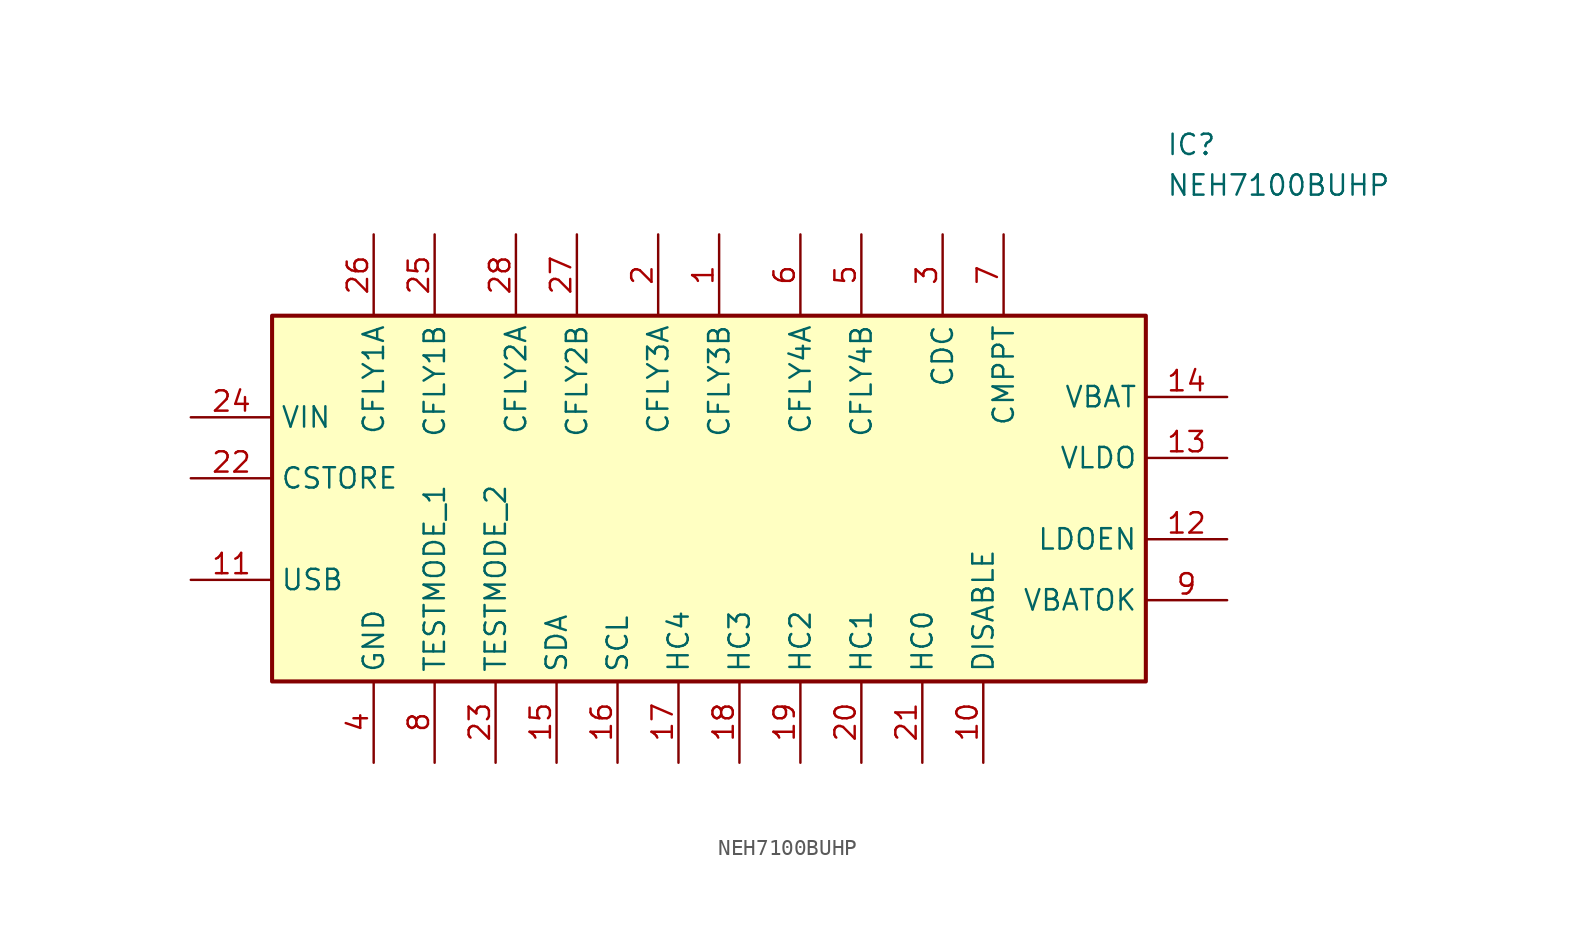
<source format=kicad_sym>
(kicad_symbol_lib
  (version 20241209)
  (generator "kicad_symbol_editor")
  (generator_version "9.0")
  (symbol "NEH7100BUHP"
    (property "Reference" "IC"
      (at 29.21 22.86 0)
      (effects (font (size 1.27 1.27)) (justify left top)))
    (property "Value" "NEH7100BUHP"
      (at 29.21 20.32 0)
      (effects (font (size 1.27 1.27)) (justify left top)))
    (symbol "NEH7100BUHP_1_1"
      (rectangle (start -26.67 11.43) (end 27.94 -11.43) (stroke (width 0.254) (type default)) (fill (type background)))
      (pin passive line (at -31.75 5.08 0) (length 5.08) (name "VIN" (effects (font (size 1.27 1.27)))) (number "24" (effects (font (size 1.27 1.27)))))
      (pin passive line (at -31.75 1.27 0) (length 5.08) (name "CSTORE" (effects (font (size 1.27 1.27)))) (number "22" (effects (font (size 1.27 1.27)))))
      (pin passive line (at -31.75 -5.08 0) (length 5.08) (name "USB" (effects (font (size 1.27 1.27)))) (number "11" (effects (font (size 1.27 1.27)))))
      (pin passive line (at -20.32 16.51 270) (length 5.08) (name "CFLY1A" (effects (font (size 1.27 1.27)))) (number "26" (effects (font (size 1.27 1.27)))))
      (pin passive line (at -20.32 -16.51 90) (length 5.08) (hide yes) (name "GND_2" (effects (font (size 1.27 1.27)))) (number "29" (effects (font (size 1.27 1.27)))))
      (pin passive line (at -20.32 -16.51 90) (length 5.08) (name "GND" (effects (font (size 1.27 1.27)))) (number "4" (effects (font (size 1.27 1.27)))))
      (pin passive line (at -16.51 16.51 270) (length 5.08) (name "CFLY1B" (effects (font (size 1.27 1.27)))) (number "25" (effects (font (size 1.27 1.27)))))
      (pin passive line (at -16.51 -16.51 90) (length 5.08) (name "TESTMODE_1" (effects (font (size 1.27 1.27)))) (number "8" (effects (font (size 1.27 1.27)))))
      (pin passive line (at -12.7 -16.51 90) (length 5.08) (name "TESTMODE_2" (effects (font (size 1.27 1.27)))) (number "23" (effects (font (size 1.27 1.27)))))
      (pin passive line (at -11.43 16.51 270) (length 5.08) (name "CFLY2A" (effects (font (size 1.27 1.27)))) (number "28" (effects (font (size 1.27 1.27)))))
      (pin passive line (at -8.89 -16.51 90) (length 5.08) (name "SDA" (effects (font (size 1.27 1.27)))) (number "15" (effects (font (size 1.27 1.27)))))
      (pin passive line (at -7.62 16.51 270) (length 5.08) (name "CFLY2B" (effects (font (size 1.27 1.27)))) (number "27" (effects (font (size 1.27 1.27)))))
      (pin passive line (at -5.08 -16.51 90) (length 5.08) (name "SCL" (effects (font (size 1.27 1.27)))) (number "16" (effects (font (size 1.27 1.27)))))
      (pin passive line (at -2.54 16.51 270) (length 5.08) (name "CFLY3A" (effects (font (size 1.27 1.27)))) (number "2" (effects (font (size 1.27 1.27)))))
      (pin passive line (at -1.27 -16.51 90) (length 5.08) (name "HC4" (effects (font (size 1.27 1.27)))) (number "17" (effects (font (size 1.27 1.27)))))
      (pin passive line (at 1.27 16.51 270) (length 5.08) (name "CFLY3B" (effects (font (size 1.27 1.27)))) (number "1" (effects (font (size 1.27 1.27)))))
      (pin passive line (at 2.54 -16.51 90) (length 5.08) (name "HC3" (effects (font (size 1.27 1.27)))) (number "18" (effects (font (size 1.27 1.27)))))
      (pin passive line (at 6.35 16.51 270) (length 5.08) (name "CFLY4A" (effects (font (size 1.27 1.27)))) (number "6" (effects (font (size 1.27 1.27)))))
      (pin passive line (at 6.35 -16.51 90) (length 5.08) (name "HC2" (effects (font (size 1.27 1.27)))) (number "19" (effects (font (size 1.27 1.27)))))
      (pin passive line (at 10.16 16.51 270) (length 5.08) (name "CFLY4B" (effects (font (size 1.27 1.27)))) (number "5" (effects (font (size 1.27 1.27)))))
      (pin passive line (at 10.16 -16.51 90) (length 5.08) (name "HC1" (effects (font (size 1.27 1.27)))) (number "20" (effects (font (size 1.27 1.27)))))
      (pin passive line (at 13.97 -16.51 90) (length 5.08) (name "HC0" (effects (font (size 1.27 1.27)))) (number "21" (effects (font (size 1.27 1.27)))))
      (pin passive line (at 15.24 16.51 270) (length 5.08) (name "CDC" (effects (font (size 1.27 1.27)))) (number "3" (effects (font (size 1.27 1.27)))))
      (pin passive line (at 17.78 -16.51 90) (length 5.08) (name "DISABLE" (effects (font (size 1.27 1.27)))) (number "10" (effects (font (size 1.27 1.27)))))
      (pin passive line (at 19.05 16.51 270) (length 5.08) (name "CMPPT" (effects (font (size 1.27 1.27)))) (number "7" (effects (font (size 1.27 1.27)))))
      (pin passive line (at 33.02 6.35 180) (length 5.08) (name "VBAT" (effects (font (size 1.27 1.27)))) (number "14" (effects (font (size 1.27 1.27)))))
      (pin passive line (at 33.02 2.54 180) (length 5.08) (name "VLDO" (effects (font (size 1.27 1.27)))) (number "13" (effects (font (size 1.27 1.27)))))
      (pin passive line (at 33.02 -2.54 180) (length 5.08) (name "LDOEN" (effects (font (size 1.27 1.27)))) (number "12" (effects (font (size 1.27 1.27)))))
      (pin passive line (at 33.02 -6.35 180) (length 5.08) (name "VBATOK" (effects (font (size 1.27 1.27)))) (number "9" (effects (font (size 1.27 1.27))))))))
</source>
